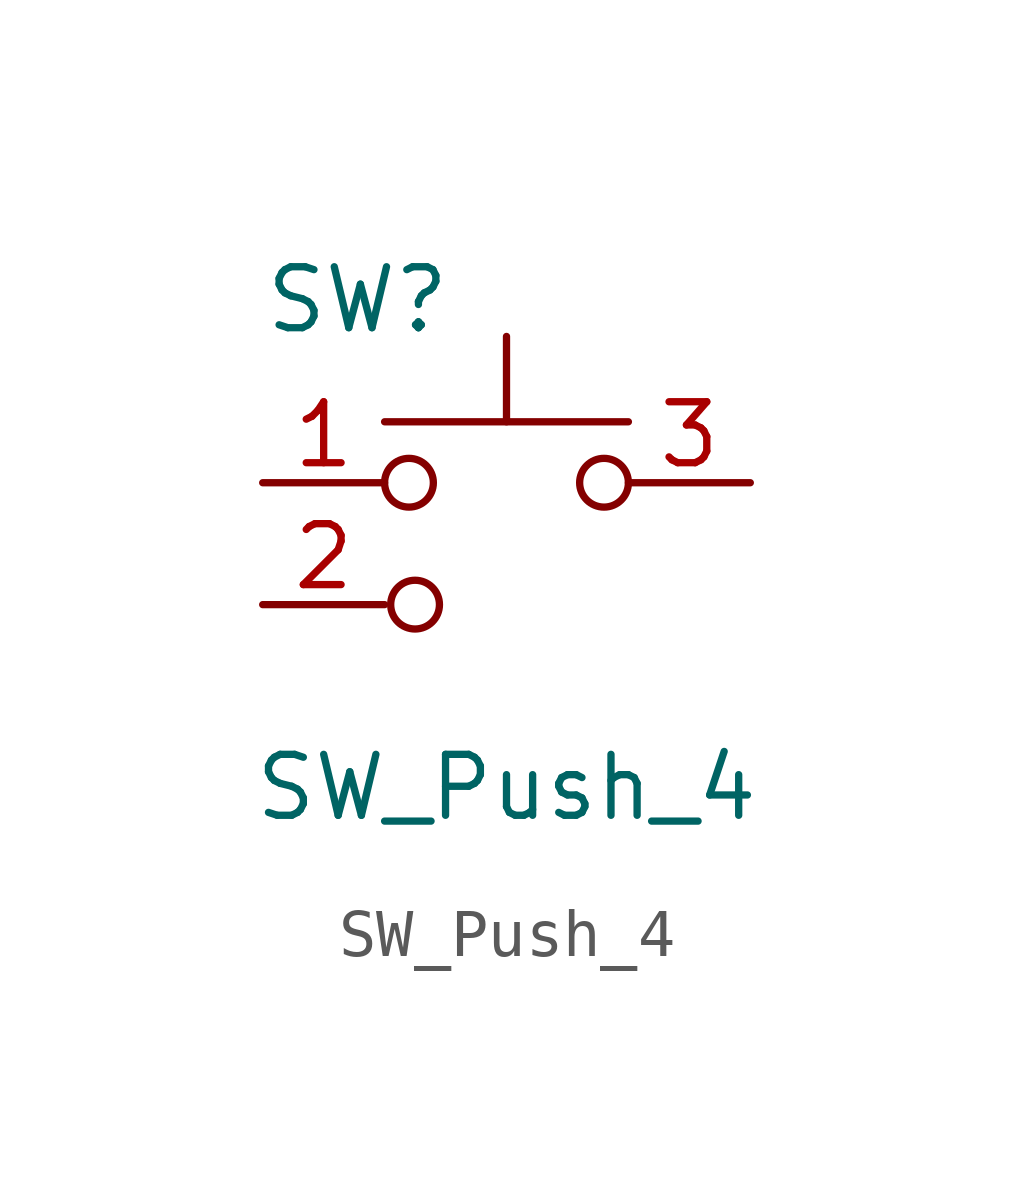
<source format=kicad_sym>
(kicad_symbol_lib
  (version 20220914)
  (generator kicad_symbol_editor)
  (symbol "SW_Push_4"
    (pin_names
      (offset 1.016) hide)
    (property "Reference" "SW"
      (at -5.08 3.81 0)
      (effects (font (size 1.27 1.27)) (justify left)))
    (property "Value" "SW_Push_4"
      (at 0 -6.35 0)
      (effects (font (size 1.27 1.27))))
    (symbol "SW_Push_4_0_1"
      (circle (center -2.032 0) (radius 0.508) (stroke (width 0) (type default)) (fill (type none)))
      (circle (center -1.905 -2.54) (radius 0.508) (stroke (width 0) (type default)) (fill (type none)))
      (polyline (pts (xy 0 1.27) (xy 0 3.048)) (stroke (width 0) (type default)) (fill (type none)))
      (polyline (pts (xy 2.54 1.27) (xy -2.54 1.27)) (stroke (width 0) (type default)) (fill (type none)))
      (circle (center 2.032 0) (radius 0.508) (stroke (width 0) (type default)) (fill (type none)))
      (pin passive line (at -5.08 0 0) (length 2.54) (name "1" (effects (font (size 1.27 1.27)))) (number "1" (effects (font (size 1.27 1.27))))))
    (symbol "SW_Push_4_1_1"
      (pin passive line (at -5.08 -2.54 0) (length 2.54) (name "2" (effects (font (size 1.27 1.27)))) (number "2" (effects (font (size 1.27 1.27)))))
      (pin passive line (at 5.08 0 180) (length 2.54) (name "3" (effects (font (size 1.27 1.27)))) (number "3" (effects (font (size 1.27 1.27)))))
      (pin passive line (at -5.08 -2.54 0) (length 2.54) hide (name "4" (effects (font (size 1.27 1.27)))) (number "4" (effects (font (size 1.27 1.27)))))
      (pin passive line (at -5.08 -2.54 0) (length 2.54) hide (name "5" (effects (font (size 1.27 1.27)))) (number "5" (effects (font (size 1.27 1.27))))))))
</source>
